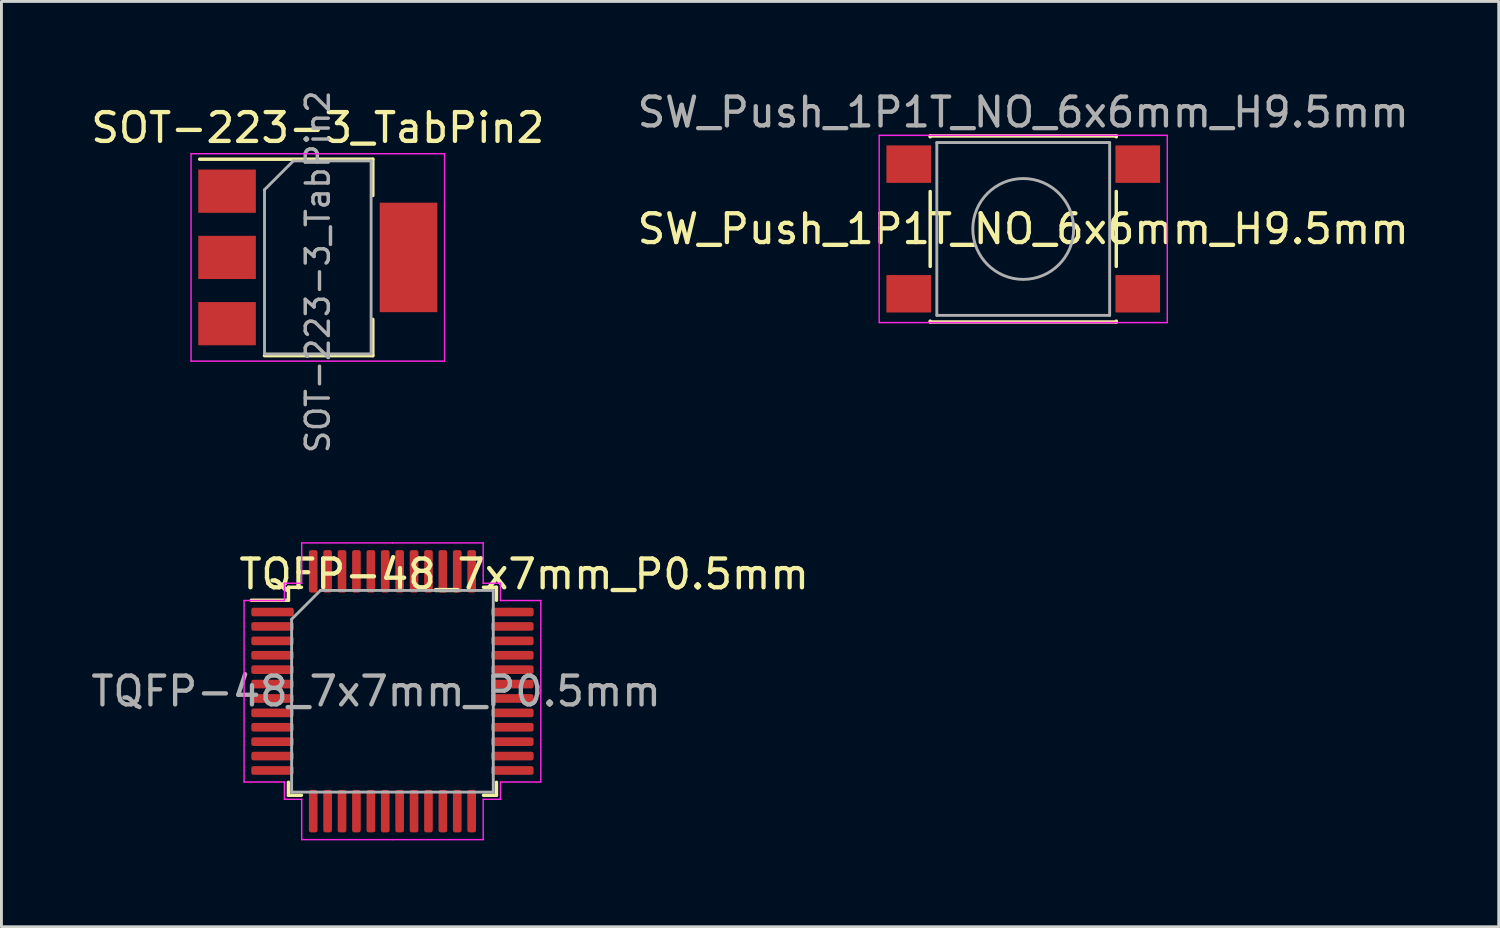
<source format=kicad_pcb>
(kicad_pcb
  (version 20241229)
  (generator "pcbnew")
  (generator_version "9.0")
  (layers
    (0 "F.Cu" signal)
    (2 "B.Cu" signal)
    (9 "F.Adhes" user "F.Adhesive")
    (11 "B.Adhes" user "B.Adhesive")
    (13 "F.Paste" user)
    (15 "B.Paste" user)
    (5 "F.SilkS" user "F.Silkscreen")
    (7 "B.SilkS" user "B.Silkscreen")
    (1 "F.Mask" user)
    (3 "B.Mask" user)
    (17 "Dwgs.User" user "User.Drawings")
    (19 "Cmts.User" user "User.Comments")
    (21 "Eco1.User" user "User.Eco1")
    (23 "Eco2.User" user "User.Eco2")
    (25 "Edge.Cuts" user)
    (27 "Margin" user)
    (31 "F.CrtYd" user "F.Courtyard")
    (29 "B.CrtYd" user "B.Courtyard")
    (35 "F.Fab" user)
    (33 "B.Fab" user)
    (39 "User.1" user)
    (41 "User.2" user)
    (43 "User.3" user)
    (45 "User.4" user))
  (footprint "TQFP-48_7x7mm_P0.5mm"
    (layer "F.Cu")
    (at 10.573 20.946)
    (property "Reference" "TQFP-48_7x7mm_P0.5mm" (at 4.572 -4.064 0) (layer "F.SilkS") (effects (font (size 1 1) (thickness 0.15))))
    (attr smd)
    (fp_line (start -3.61 -3.61) (end -3.61 -3.16) (stroke (width 0.12) (type solid)) (layer "F.SilkS"))
    (fp_line (start -3.61 -3.16) (end -4.9 -3.16) (stroke (width 0.12) (type solid)) (layer "F.SilkS"))
    (fp_line (start -3.61 3.61) (end -3.61 3.16) (stroke (width 0.12) (type solid)) (layer "F.SilkS"))
    (fp_line (start -3.16 -3.61) (end -3.61 -3.61) (stroke (width 0.12) (type solid)) (layer "F.SilkS"))
    (fp_line (start -3.16 3.61) (end -3.61 3.61) (stroke (width 0.12) (type solid)) (layer "F.SilkS"))
    (fp_line (start 3.16 -3.61) (end 3.61 -3.61) (stroke (width 0.12) (type solid)) (layer "F.SilkS"))
    (fp_line (start 3.16 3.61) (end 3.61 3.61) (stroke (width 0.12) (type solid)) (layer "F.SilkS"))
    (fp_line (start 3.61 -3.61) (end 3.61 -3.16) (stroke (width 0.12) (type solid)) (layer "F.SilkS"))
    (fp_line (start 3.61 3.61) (end 3.61 3.16) (stroke (width 0.12) (type solid)) (layer "F.SilkS"))
    (fp_line (start -5.15 -3.15) (end -5.15 0) (stroke (width 0.05) (type solid)) (layer "F.CrtYd"))
    (fp_line (start -5.15 3.15) (end -5.15 0) (stroke (width 0.05) (type solid)) (layer "F.CrtYd"))
    (fp_line (start -3.75 -3.75) (end -3.75 -3.15) (stroke (width 0.05) (type solid)) (layer "F.CrtYd"))
    (fp_line (start -3.75 -3.15) (end -5.15 -3.15) (stroke (width 0.05) (type solid)) (layer "F.CrtYd"))
    (fp_line (start -3.75 3.15) (end -5.15 3.15) (stroke (width 0.05) (type solid)) (layer "F.CrtYd"))
    (fp_line (start -3.75 3.75) (end -3.75 3.15) (stroke (width 0.05) (type solid)) (layer "F.CrtYd"))
    (fp_line (start -3.15 -5.15) (end -3.15 -3.75) (stroke (width 0.05) (type solid)) (layer "F.CrtYd"))
    (fp_line (start -3.15 -3.75) (end -3.75 -3.75) (stroke (width 0.05) (type solid)) (layer "F.CrtYd"))
    (fp_line (start -3.15 3.75) (end -3.75 3.75) (stroke (width 0.05) (type solid)) (layer "F.CrtYd"))
    (fp_line (start -3.15 5.15) (end -3.15 3.75) (stroke (width 0.05) (type solid)) (layer "F.CrtYd"))
    (fp_line (start 0 -5.15) (end -3.15 -5.15) (stroke (width 0.05) (type solid)) (layer "F.CrtYd"))
    (fp_line (start 0 -5.15) (end 3.15 -5.15) (stroke (width 0.05) (type solid)) (layer "F.CrtYd"))
    (fp_line (start 0 5.15) (end -3.15 5.15) (stroke (width 0.05) (type solid)) (layer "F.CrtYd"))
    (fp_line (start 0 5.15) (end 3.15 5.15) (stroke (width 0.05) (type solid)) (layer "F.CrtYd"))
    (fp_line (start 3.15 -5.15) (end 3.15 -3.75) (stroke (width 0.05) (type solid)) (layer "F.CrtYd"))
    (fp_line (start 3.15 -3.75) (end 3.75 -3.75) (stroke (width 0.05) (type solid)) (layer "F.CrtYd"))
    (fp_line (start 3.15 3.75) (end 3.75 3.75) (stroke (width 0.05) (type solid)) (layer "F.CrtYd"))
    (fp_line (start 3.15 5.15) (end 3.15 3.75) (stroke (width 0.05) (type solid)) (layer "F.CrtYd"))
    (fp_line (start 3.75 -3.75) (end 3.75 -3.15) (stroke (width 0.05) (type solid)) (layer "F.CrtYd"))
    (fp_line (start 3.75 -3.15) (end 5.15 -3.15) (stroke (width 0.05) (type solid)) (layer "F.CrtYd"))
    (fp_line (start 3.75 3.15) (end 5.15 3.15) (stroke (width 0.05) (type solid)) (layer "F.CrtYd"))
    (fp_line (start 3.75 3.75) (end 3.75 3.15) (stroke (width 0.05) (type solid)) (layer "F.CrtYd"))
    (fp_line (start 5.15 -3.15) (end 5.15 0) (stroke (width 0.05) (type solid)) (layer "F.CrtYd"))
    (fp_line (start 5.15 3.15) (end 5.15 0) (stroke (width 0.05) (type solid)) (layer "F.CrtYd"))
    (fp_line (start -3.5 -2.5) (end -2.5 -3.5) (stroke (width 0.1) (type solid)) (layer "F.Fab"))
    (fp_line (start -3.5 3.5) (end -3.5 -2.5) (stroke (width 0.1) (type solid)) (layer "F.Fab"))
    (fp_line (start -2.5 -3.5) (end 3.5 -3.5) (stroke (width 0.1) (type solid)) (layer "F.Fab"))
    (fp_line (start 3.5 -3.5) (end 3.5 3.5) (stroke (width 0.1) (type solid)) (layer "F.Fab"))
    (fp_line (start 3.5 3.5) (end -3.5 3.5) (stroke (width 0.1) (type solid)) (layer "F.Fab"))
    (fp_text user "${REFERENCE}" (at -0.567 0 0) (layer "F.Fab") (effects (font (size 1 1) (thickness 0.15))))
    (pad "1" smd roundrect (at -4.162 -2.75) (size 1.475 0.3) (layers "F.Cu" "F.Mask" "F.Paste") (roundrect_rratio 0.25))
    (pad "2" smd roundrect (at -4.162 -2.25) (size 1.475 0.3) (layers "F.Cu" "F.Mask" "F.Paste") (roundrect_rratio 0.25))
    (pad "3" smd roundrect (at -4.162 -1.75) (size 1.475 0.3) (layers "F.Cu" "F.Mask" "F.Paste") (roundrect_rratio 0.25))
    (pad "4" smd roundrect (at -4.162 -1.25) (size 1.475 0.3) (layers "F.Cu" "F.Mask" "F.Paste") (roundrect_rratio 0.25))
    (pad "5" smd roundrect (at -4.162 -0.75) (size 1.475 0.3) (layers "F.Cu" "F.Mask" "F.Paste") (roundrect_rratio 0.25))
    (pad "6" smd roundrect (at -4.162 -0.25) (size 1.475 0.3) (layers "F.Cu" "F.Mask" "F.Paste") (roundrect_rratio 0.25))
    (pad "7" smd roundrect (at -4.162 0.25) (size 1.475 0.3) (layers "F.Cu" "F.Mask" "F.Paste") (roundrect_rratio 0.25))
    (pad "8" smd roundrect (at -4.162 0.75) (size 1.475 0.3) (layers "F.Cu" "F.Mask" "F.Paste") (roundrect_rratio 0.25))
    (pad "9" smd roundrect (at -4.162 1.25) (size 1.475 0.3) (layers "F.Cu" "F.Mask" "F.Paste") (roundrect_rratio 0.25))
    (pad "10" smd roundrect (at -4.162 1.75) (size 1.475 0.3) (layers "F.Cu" "F.Mask" "F.Paste") (roundrect_rratio 0.25))
    (pad "11" smd roundrect (at -4.162 2.25) (size 1.475 0.3) (layers "F.Cu" "F.Mask" "F.Paste") (roundrect_rratio 0.25))
    (pad "12" smd roundrect (at -4.162 2.75) (size 1.475 0.3) (layers "F.Cu" "F.Mask" "F.Paste") (roundrect_rratio 0.25))
    (pad "13" smd roundrect (at -2.75 4.162) (size 0.3 1.475) (layers "F.Cu" "F.Mask" "F.Paste") (roundrect_rratio 0.25))
    (pad "14" smd roundrect (at -2.25 4.162) (size 0.3 1.475) (layers "F.Cu" "F.Mask" "F.Paste") (roundrect_rratio 0.25))
    (pad "15" smd roundrect (at -1.75 4.162) (size 0.3 1.475) (layers "F.Cu" "F.Mask" "F.Paste") (roundrect_rratio 0.25))
    (pad "16" smd roundrect (at -1.25 4.162) (size 0.3 1.475) (layers "F.Cu" "F.Mask" "F.Paste") (roundrect_rratio 0.25))
    (pad "17" smd roundrect (at -0.75 4.162) (size 0.3 1.475) (layers "F.Cu" "F.Mask" "F.Paste") (roundrect_rratio 0.25))
    (pad "18" smd roundrect (at -0.25 4.162) (size 0.3 1.475) (layers "F.Cu" "F.Mask" "F.Paste") (roundrect_rratio 0.25))
    (pad "19" smd roundrect (at 0.25 4.162) (size 0.3 1.475) (layers "F.Cu" "F.Mask" "F.Paste") (roundrect_rratio 0.25))
    (pad "20" smd roundrect (at 0.75 4.162) (size 0.3 1.475) (layers "F.Cu" "F.Mask" "F.Paste") (roundrect_rratio 0.25))
    (pad "21" smd roundrect (at 1.25 4.162) (size 0.3 1.475) (layers "F.Cu" "F.Mask" "F.Paste") (roundrect_rratio 0.25))
    (pad "22" smd roundrect (at 1.75 4.162) (size 0.3 1.475) (layers "F.Cu" "F.Mask" "F.Paste") (roundrect_rratio 0.25))
    (pad "23" smd roundrect (at 2.25 4.162) (size 0.3 1.475) (layers "F.Cu" "F.Mask" "F.Paste") (roundrect_rratio 0.25))
    (pad "24" smd roundrect (at 2.75 4.162) (size 0.3 1.475) (layers "F.Cu" "F.Mask" "F.Paste") (roundrect_rratio 0.25))
    (pad "25" smd roundrect (at 4.162 2.75) (size 1.475 0.3) (layers "F.Cu" "F.Mask" "F.Paste") (roundrect_rratio 0.25))
    (pad "26" smd roundrect (at 4.162 2.25) (size 1.475 0.3) (layers "F.Cu" "F.Mask" "F.Paste") (roundrect_rratio 0.25))
    (pad "27" smd roundrect (at 4.162 1.75) (size 1.475 0.3) (layers "F.Cu" "F.Mask" "F.Paste") (roundrect_rratio 0.25))
    (pad "28" smd roundrect (at 4.162 1.25) (size 1.475 0.3) (layers "F.Cu" "F.Mask" "F.Paste") (roundrect_rratio 0.25))
    (pad "29" smd roundrect (at 4.162 0.75) (size 1.475 0.3) (layers "F.Cu" "F.Mask" "F.Paste") (roundrect_rratio 0.25))
    (pad "30" smd roundrect (at 4.162 0.25) (size 1.475 0.3) (layers "F.Cu" "F.Mask" "F.Paste") (roundrect_rratio 0.25))
    (pad "31" smd roundrect (at 4.162 -0.25) (size 1.475 0.3) (layers "F.Cu" "F.Mask" "F.Paste") (roundrect_rratio 0.25))
    (pad "32" smd roundrect (at 4.162 -0.75) (size 1.475 0.3) (layers "F.Cu" "F.Mask" "F.Paste") (roundrect_rratio 0.25))
    (pad "33" smd roundrect (at 4.162 -1.25) (size 1.475 0.3) (layers "F.Cu" "F.Mask" "F.Paste") (roundrect_rratio 0.25))
    (pad "34" smd roundrect (at 4.162 -1.75) (size 1.475 0.3) (layers "F.Cu" "F.Mask" "F.Paste") (roundrect_rratio 0.25))
    (pad "35" smd roundrect (at 4.162 -2.25) (size 1.475 0.3) (layers "F.Cu" "F.Mask" "F.Paste") (roundrect_rratio 0.25))
    (pad "36" smd roundrect (at 4.162 -2.75) (size 1.475 0.3) (layers "F.Cu" "F.Mask" "F.Paste") (roundrect_rratio 0.25))
    (pad "37" smd roundrect (at 2.75 -4.162) (size 0.3 1.475) (layers "F.Cu" "F.Mask" "F.Paste") (roundrect_rratio 0.25))
    (pad "38" smd roundrect (at 2.25 -4.162) (size 0.3 1.475) (layers "F.Cu" "F.Mask" "F.Paste") (roundrect_rratio 0.25))
    (pad "39" smd roundrect (at 1.75 -4.162) (size 0.3 1.475) (layers "F.Cu" "F.Mask" "F.Paste") (roundrect_rratio 0.25))
    (pad "40" smd roundrect (at 1.25 -4.162) (size 0.3 1.475) (layers "F.Cu" "F.Mask" "F.Paste") (roundrect_rratio 0.25))
    (pad "41" smd roundrect (at 0.75 -4.162) (size 0.3 1.475) (layers "F.Cu" "F.Mask" "F.Paste") (roundrect_rratio 0.25))
    (pad "42" smd roundrect (at 0.25 -4.162) (size 0.3 1.475) (layers "F.Cu" "F.Mask" "F.Paste") (roundrect_rratio 0.25))
    (pad "43" smd roundrect (at -0.25 -4.162) (size 0.3 1.475) (layers "F.Cu" "F.Mask" "F.Paste") (roundrect_rratio 0.25))
    (pad "44" smd roundrect (at -0.75 -4.162) (size 0.3 1.475) (layers "F.Cu" "F.Mask" "F.Paste") (roundrect_rratio 0.25))
    (pad "45" smd roundrect (at -1.25 -4.162) (size 0.3 1.475) (layers "F.Cu" "F.Mask" "F.Paste") (roundrect_rratio 0.25))
    (pad "46" smd roundrect (at -1.75 -4.162) (size 0.3 1.475) (layers "F.Cu" "F.Mask" "F.Paste") (roundrect_rratio 0.25))
    (pad "47" smd roundrect (at -2.25 -4.162) (size 0.3 1.475) (layers "F.Cu" "F.Mask" "F.Paste") (roundrect_rratio 0.25))
    (pad "48" smd roundrect (at -2.75 -4.162) (size 0.3 1.475) (layers "F.Cu" "F.Mask" "F.Paste") (roundrect_rratio 0.25)))
  (footprint "SW_Push_1P1T_NO_6x6mm_H9.5mm"
    (layer "F.Cu")
    (at 32.47 4.898)
    (property "Reference" "SW_Push_1P1T_NO_6x6mm_H9.5mm" (at 0 0 180) (layer "F.SilkS") (effects (font (size 1 1) (thickness 0.15))))
    (attr smd)
    (fp_line (start -3.23 -3.23) (end 3.23 -3.23) (stroke (width 0.12) (type solid)) (layer "F.SilkS"))
    (fp_line (start -3.23 -3.2) (end -3.23 -3.23) (stroke (width 0.12) (type solid)) (layer "F.SilkS"))
    (fp_line (start -3.23 -1.3) (end -3.23 1.3) (stroke (width 0.12) (type solid)) (layer "F.SilkS"))
    (fp_line (start -3.23 3.23) (end -3.23 3.2) (stroke (width 0.12) (type solid)) (layer "F.SilkS"))
    (fp_line (start -3.23 3.23) (end 3.23 3.23) (stroke (width 0.12) (type solid)) (layer "F.SilkS"))
    (fp_line (start 3.23 -3.23) (end 3.23 -3.2) (stroke (width 0.12) (type solid)) (layer "F.SilkS"))
    (fp_line (start 3.23 -1.3) (end 3.23 1.3) (stroke (width 0.12) (type solid)) (layer "F.SilkS"))
    (fp_line (start 3.23 3.23) (end 3.23 3.2) (stroke (width 0.12) (type solid)) (layer "F.SilkS"))
    (fp_line (start -5 -3.25) (end -5 3.25) (stroke (width 0.05) (type solid)) (layer "F.CrtYd"))
    (fp_line (start -5 -3.25) (end 5 -3.25) (stroke (width 0.05) (type solid)) (layer "F.CrtYd"))
    (fp_line (start -5 3.25) (end 5 3.25) (stroke (width 0.05) (type solid)) (layer "F.CrtYd"))
    (fp_line (start 5 3.25) (end 5 -3.25) (stroke (width 0.05) (type solid)) (layer "F.CrtYd"))
    (fp_line (start -3 -3) (end -3 3) (stroke (width 0.1) (type solid)) (layer "F.Fab"))
    (fp_line (start -3 3) (end 3 3) (stroke (width 0.1) (type solid)) (layer "F.Fab"))
    (fp_line (start 3 -3) (end -3 -3) (stroke (width 0.1) (type solid)) (layer "F.Fab"))
    (fp_line (start 3 3) (end 3 -3) (stroke (width 0.1) (type solid)) (layer "F.Fab"))
    (fp_circle (center 0 0) (end 1.75 -0.05) (stroke (width 0.1) (type solid)) (fill no) (layer "F.Fab"))
    (fp_text user "${REFERENCE}" (at 0 -4.05 180) (layer "F.Fab") (effects (font (size 1 1) (thickness 0.15))))
    (pad "1" smd rect (at -3.975 -2.25) (size 1.55 1.3) (layers "F.Cu" "F.Mask" "F.Paste"))
    (pad "1" smd rect (at 3.975 -2.25) (size 1.55 1.3) (layers "F.Cu" "F.Mask" "F.Paste"))
    (pad "2" smd rect (at -3.975 2.25) (size 1.55 1.3) (layers "F.Cu" "F.Mask" "F.Paste"))
    (pad "2" smd rect (at 3.975 2.25) (size 1.55 1.3) (layers "F.Cu" "F.Mask" "F.Paste")))
  (footprint "SOT-223-3_TabPin2"
    (layer "F.Cu")
    (at 7.982 5.886)
    (property "Reference" "SOT-223-3_TabPin2" (at 0 -4.5 0) (layer "F.SilkS") (effects (font (size 1 1) (thickness 0.15))))
    (attr smd)
    (fp_line (start -4.1 -3.41) (end 1.91 -3.41) (stroke (width 0.12) (type solid)) (layer "F.SilkS"))
    (fp_line (start -1.85 3.41) (end 1.91 3.41) (stroke (width 0.12) (type solid)) (layer "F.SilkS"))
    (fp_line (start 1.91 -3.41) (end 1.91 -2.15) (stroke (width 0.12) (type solid)) (layer "F.SilkS"))
    (fp_line (start 1.91 3.41) (end 1.91 2.15) (stroke (width 0.12) (type solid)) (layer "F.SilkS"))
    (fp_line (start -4.4 -3.6) (end -4.4 3.6) (stroke (width 0.05) (type solid)) (layer "F.CrtYd"))
    (fp_line (start -4.4 3.6) (end 4.4 3.6) (stroke (width 0.05) (type solid)) (layer "F.CrtYd"))
    (fp_line (start 4.4 -3.6) (end -4.4 -3.6) (stroke (width 0.05) (type solid)) (layer "F.CrtYd"))
    (fp_line (start 4.4 3.6) (end 4.4 -3.6) (stroke (width 0.05) (type solid)) (layer "F.CrtYd"))
    (fp_line (start -1.85 -2.35) (end -1.85 3.35) (stroke (width 0.1) (type solid)) (layer "F.Fab"))
    (fp_line (start -1.85 -2.35) (end -0.85 -3.35) (stroke (width 0.1) (type solid)) (layer "F.Fab"))
    (fp_line (start -1.85 3.35) (end 1.85 3.35) (stroke (width 0.1) (type solid)) (layer "F.Fab"))
    (fp_line (start -0.85 -3.35) (end 1.85 -3.35) (stroke (width 0.1) (type solid)) (layer "F.Fab"))
    (fp_line (start 1.85 -3.35) (end 1.85 3.35) (stroke (width 0.1) (type solid)) (layer "F.Fab"))
    (fp_text user "${REFERENCE}" (at 0 0.5 270) (layer "F.Fab") (effects (font (size 0.8 0.8) (thickness 0.12))))
    (pad "1" smd rect (at -3.15 -2.3) (size 2 1.5) (layers "F.Cu" "F.Mask" "F.Paste"))
    (pad "2" smd rect (at -3.15 0) (size 2 1.5) (layers "F.Cu" "F.Mask" "F.Paste"))
    (pad "2" smd rect (at 3.15 0) (size 2 3.8) (layers "F.Cu" "F.Mask" "F.Paste"))
    (pad "3" smd rect (at -3.15 2.3) (size 2 1.5) (layers "F.Cu" "F.Mask" "F.Paste")))
  (gr_rect
    (start -3 -3)
    (end 48.976 29.121)
    (stroke (width 0.1) (type default))
    (fill no)
    (layer "Edge.Cuts")))
</source>
